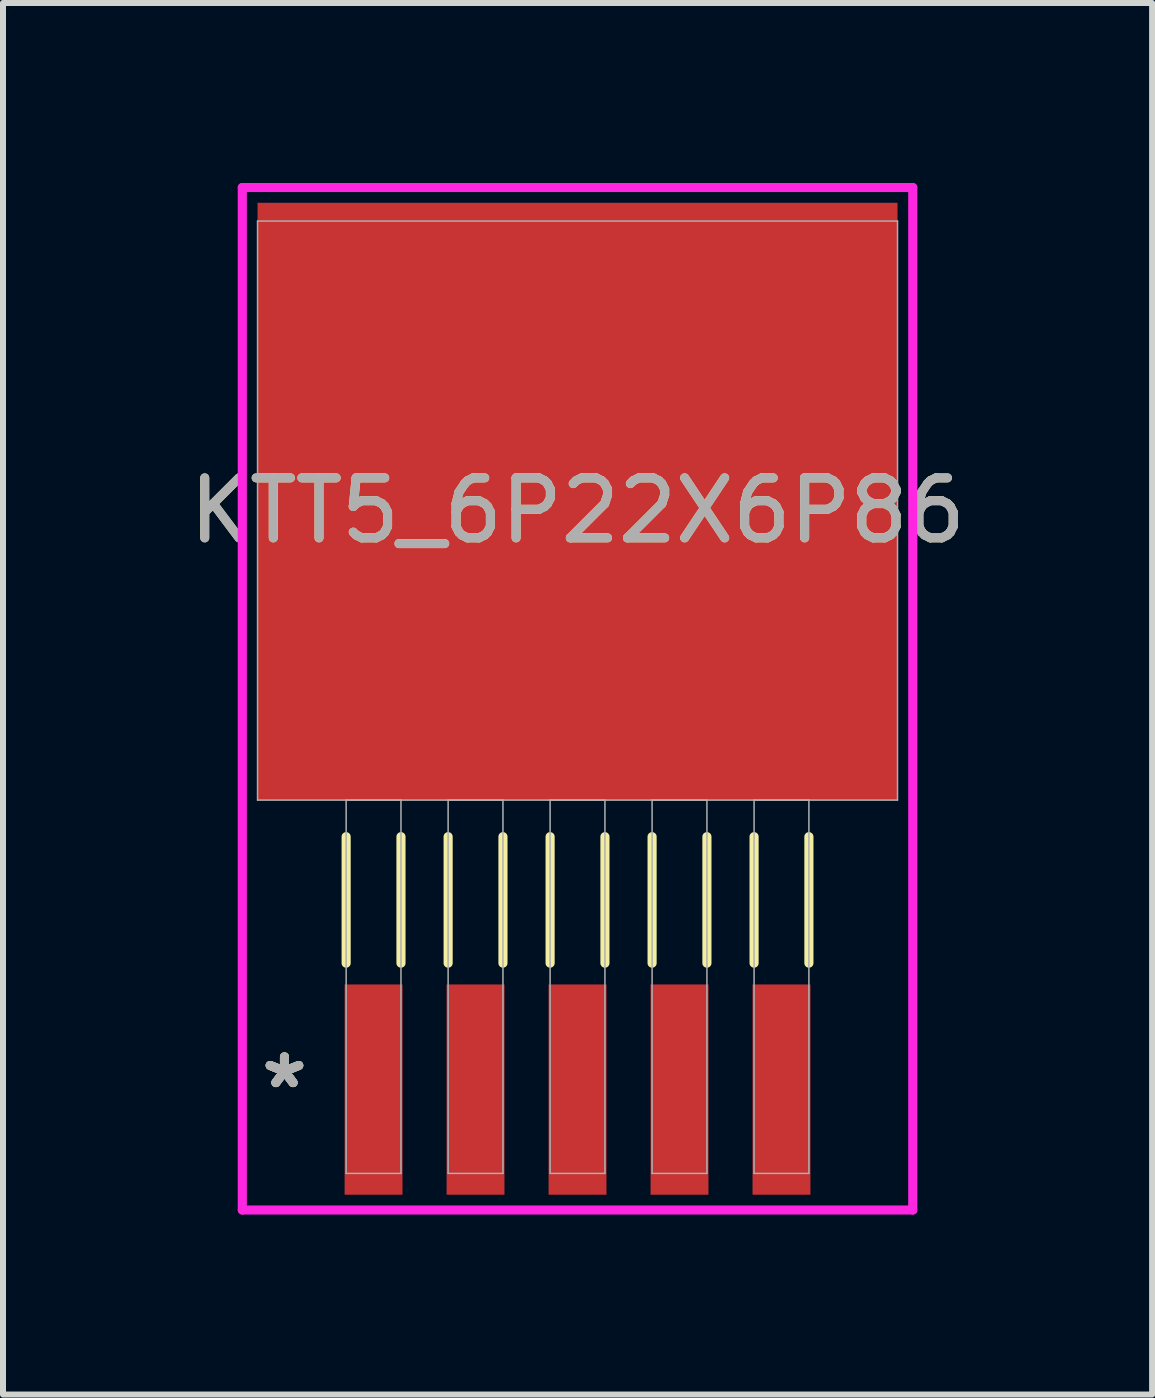
<source format=kicad_pcb>
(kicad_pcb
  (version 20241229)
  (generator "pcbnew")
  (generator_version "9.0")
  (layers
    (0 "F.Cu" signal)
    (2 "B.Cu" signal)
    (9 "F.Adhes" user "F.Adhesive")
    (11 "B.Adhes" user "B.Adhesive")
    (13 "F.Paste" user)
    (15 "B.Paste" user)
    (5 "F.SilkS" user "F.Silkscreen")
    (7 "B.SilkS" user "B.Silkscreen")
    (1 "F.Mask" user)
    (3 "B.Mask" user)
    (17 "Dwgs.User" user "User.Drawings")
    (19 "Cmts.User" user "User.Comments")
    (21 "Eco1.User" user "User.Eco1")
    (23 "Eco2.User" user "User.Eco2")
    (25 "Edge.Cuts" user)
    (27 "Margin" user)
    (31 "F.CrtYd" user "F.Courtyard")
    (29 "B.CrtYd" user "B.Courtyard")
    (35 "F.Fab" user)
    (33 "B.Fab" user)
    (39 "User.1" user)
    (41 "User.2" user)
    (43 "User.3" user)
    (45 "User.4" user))
  (footprint "KTT5_6P22X6P86"
    (layer "F.Cu")
    (at 6.577 5.461)
    (property "Reference" "KTT5_6P22X6P86" (at 0 0 0) (unlocked yes) (layer "F.SilkS") (effects (font (size 1 1) (thickness 0.15))))
    (attr smd)
    (fp_line (start -3.857 5.436) (end -3.857 7.544) (stroke (width 0.152) (type solid)) (layer "F.SilkS"))
    (fp_line (start -2.943 5.436) (end -2.943 7.544) (stroke (width 0.152) (type solid)) (layer "F.SilkS"))
    (fp_line (start -2.157 5.436) (end -2.157 7.544) (stroke (width 0.152) (type solid)) (layer "F.SilkS"))
    (fp_line (start -1.243 5.436) (end -1.243 7.544) (stroke (width 0.152) (type solid)) (layer "F.SilkS"))
    (fp_line (start -0.457 5.436) (end -0.457 7.544) (stroke (width 0.152) (type solid)) (layer "F.SilkS"))
    (fp_line (start 0.457 5.436) (end 0.457 7.544) (stroke (width 0.152) (type solid)) (layer "F.SilkS"))
    (fp_line (start 1.243 5.436) (end 1.243 7.544) (stroke (width 0.152) (type solid)) (layer "F.SilkS"))
    (fp_line (start 2.157 5.436) (end 2.157 7.544) (stroke (width 0.152) (type solid)) (layer "F.SilkS"))
    (fp_line (start 2.943 5.436) (end 2.943 7.544) (stroke (width 0.152) (type solid)) (layer "F.SilkS"))
    (fp_line (start 3.857 5.436) (end 3.857 7.544) (stroke (width 0.152) (type solid)) (layer "F.SilkS"))
    (fp_line (start -5.588 -5.385) (end 5.588 -5.385) (stroke (width 0.152) (type solid)) (layer "F.CrtYd"))
    (fp_line (start -5.588 11.659) (end -5.588 -5.385) (stroke (width 0.152) (type solid)) (layer "F.CrtYd"))
    (fp_line (start 5.588 -5.385) (end 5.588 11.659) (stroke (width 0.152) (type solid)) (layer "F.CrtYd"))
    (fp_line (start 5.588 11.659) (end -5.588 11.659) (stroke (width 0.152) (type solid)) (layer "F.CrtYd"))
    (fp_line (start -5.334 -4.826) (end -5.334 4.826) (stroke (width 0.025) (type solid)) (layer "F.Fab"))
    (fp_line (start -5.334 4.826) (end 5.334 4.826) (stroke (width 0.025) (type solid)) (layer "F.Fab"))
    (fp_line (start -3.857 4.826) (end -3.857 11.049) (stroke (width 0.025) (type solid)) (layer "F.Fab"))
    (fp_line (start -3.857 11.049) (end -2.943 11.049) (stroke (width 0.025) (type solid)) (layer "F.Fab"))
    (fp_line (start -2.943 4.826) (end -3.857 4.826) (stroke (width 0.025) (type solid)) (layer "F.Fab"))
    (fp_line (start -2.943 11.049) (end -2.943 4.826) (stroke (width 0.025) (type solid)) (layer "F.Fab"))
    (fp_line (start -2.157 4.826) (end -2.157 11.049) (stroke (width 0.025) (type solid)) (layer "F.Fab"))
    (fp_line (start -2.157 11.049) (end -1.243 11.049) (stroke (width 0.025) (type solid)) (layer "F.Fab"))
    (fp_line (start -1.243 4.826) (end -2.157 4.826) (stroke (width 0.025) (type solid)) (layer "F.Fab"))
    (fp_line (start -1.243 11.049) (end -1.243 4.826) (stroke (width 0.025) (type solid)) (layer "F.Fab"))
    (fp_line (start -0.457 4.826) (end -0.457 11.049) (stroke (width 0.025) (type solid)) (layer "F.Fab"))
    (fp_line (start -0.457 11.049) (end 0.457 11.049) (stroke (width 0.025) (type solid)) (layer "F.Fab"))
    (fp_line (start 0.457 4.826) (end -0.457 4.826) (stroke (width 0.025) (type solid)) (layer "F.Fab"))
    (fp_line (start 0.457 11.049) (end 0.457 4.826) (stroke (width 0.025) (type solid)) (layer "F.Fab"))
    (fp_line (start 1.243 4.826) (end 1.243 11.049) (stroke (width 0.025) (type solid)) (layer "F.Fab"))
    (fp_line (start 1.243 11.049) (end 2.157 11.049) (stroke (width 0.025) (type solid)) (layer "F.Fab"))
    (fp_line (start 2.157 4.826) (end 1.243 4.826) (stroke (width 0.025) (type solid)) (layer "F.Fab"))
    (fp_line (start 2.157 11.049) (end 2.157 4.826) (stroke (width 0.025) (type solid)) (layer "F.Fab"))
    (fp_line (start 2.943 4.826) (end 2.943 11.049) (stroke (width 0.025) (type solid)) (layer "F.Fab"))
    (fp_line (start 2.943 11.049) (end 3.857 11.049) (stroke (width 0.025) (type solid)) (layer "F.Fab"))
    (fp_line (start 3.857 4.826) (end 2.943 4.826) (stroke (width 0.025) (type solid)) (layer "F.Fab"))
    (fp_line (start 3.857 11.049) (end 3.857 4.826) (stroke (width 0.025) (type solid)) (layer "F.Fab"))
    (fp_line (start 5.334 -4.826) (end -5.334 -4.826) (stroke (width 0.025) (type solid)) (layer "F.Fab"))
    (fp_line (start 5.334 4.826) (end 5.334 -4.826) (stroke (width 0.025) (type solid)) (layer "F.Fab"))
    (fp_text user "*" (at -4.885 9.652 0) (layer "F.SilkS") (effects (font (size 1 1) (thickness 0.15))))
    (fp_text user "*" (at -4.885 9.652 0) (unlocked yes) (layer "F.SilkS") (effects (font (size 1 1) (thickness 0.15))))
    (fp_text user "*" (at -4.885 9.652 0) (unlocked yes) (layer "F.Fab") (effects (font (size 1 1) (thickness 0.15))))
    (fp_text user "*" (at -4.885 9.652 0) (layer "F.Fab") (effects (font (size 1 1) (thickness 0.15))))
    (fp_text user "${REFERENCE}" (at 0 0 0) (unlocked yes) (layer "F.Fab") (effects (font (size 1 1) (thickness 0.15))))
    (pad "1" smd rect (at -3.4 9.652) (size 0.965 3.505) (layers "F.Cu" "F.Mask" "F.Paste"))
    (pad "2" smd rect (at -1.7 9.652) (size 0.965 3.505) (layers "F.Cu" "F.Mask" "F.Paste"))
    (pad "3" smd rect (at 0 9.652) (size 0.965 3.505) (layers "F.Cu" "F.Mask" "F.Paste"))
    (pad "4" smd rect (at 1.7 9.652) (size 0.965 3.505) (layers "F.Cu" "F.Mask" "F.Paste"))
    (pad "5" smd rect (at 3.4 9.652) (size 0.965 3.505) (layers "F.Cu" "F.Mask" "F.Paste"))
    (pad "6" smd rect (at 0 -0.152) (size 10.668 9.957) (layers "F.Cu" "F.Mask" "F.Paste")))
  (gr_rect
    (start -3 -3)
    (end 16.155 20.196)
    (stroke (width 0.1) (type default))
    (fill no)
    (layer "Edge.Cuts")))
</source>
